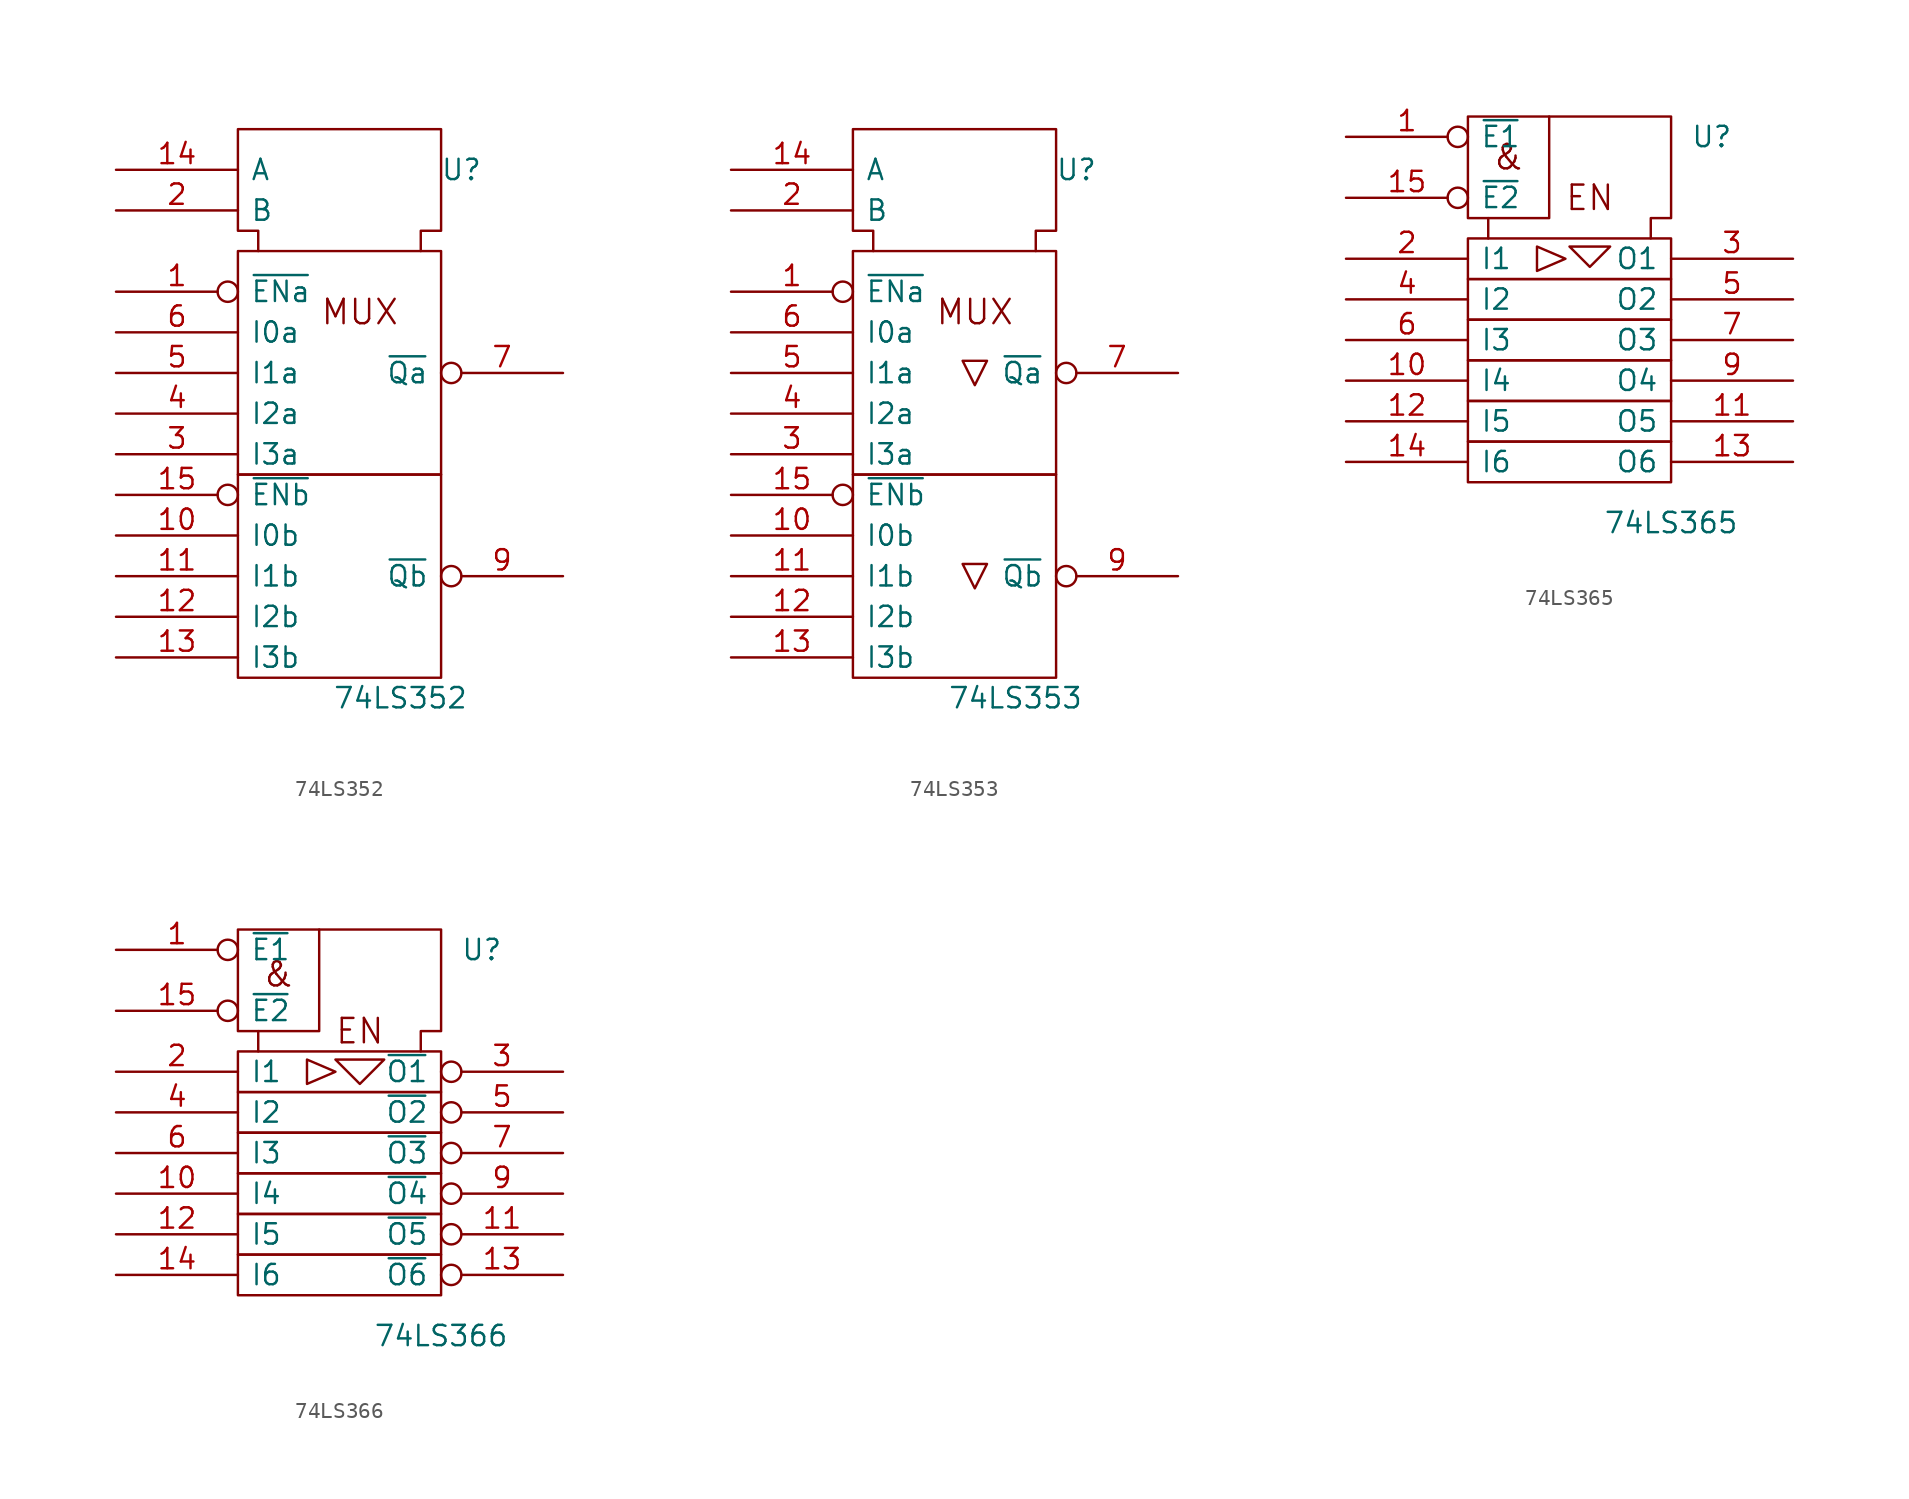
<source format=kicad_sym>
(kicad_symbol_lib
  (version 20211014)
  (generator kicad_symbol_editor)
  (symbol "74LS352"
    (pin_names
      (offset 0.762))
    (property "Reference" "U"
      (at 7.62 16.51 0)
      (effects (font (size 1.27 1.27))))
    (property "Value" "74LS352"
      (at 3.81 -16.51 0)
      (effects (font (size 1.27 1.27))))
    (symbol "74LS352_0_0"
      (rectangle (start -6.35 -2.54) (end 6.35 -15.24) (stroke (width 0) (type default) (color 0 0 0 0)) (fill (type none)))
      (rectangle (start -6.35 11.43) (end 6.35 -2.54) (stroke (width 0) (type default) (color 0 0 0 0)) (fill (type none)))
      (polyline (pts (xy -5.08 11.43) (xy -5.08 12.7) (xy -6.35 12.7) (xy -6.35 19.05) (xy 6.35 19.05) (xy 6.35 12.7) (xy 5.08 12.7) (xy 5.08 11.43) (xy 5.08 11.43)) (stroke (width 0) (type default) (color 0 0 0 0)) (fill (type none)))
      (text "MUX" (at 1.27 7.62 0) (effects (font (size 1.524 1.524))))
      (pin power_in line (at 3.81 19.05 270) (length 0) hide (name "VCC" (effects (font (size 1.27 1.27)))) (number "16" (effects (font (size 1.27 1.27)))))
      (pin power_in line (at 0 19.05 270) (length 0) hide (name "GND" (effects (font (size 1.27 1.27)))) (number "8" (effects (font (size 1.27 1.27))))))
    (symbol "74LS352_1_1"
      (pin input inverted (at -13.97 8.89 0) (length 7.62) (name "~{ENa}" (effects (font (size 1.27 1.27)))) (number "1" (effects (font (size 1.27 1.27)))))
      (pin input line (at -13.97 -6.35 0) (length 7.62) (name "I0b" (effects (font (size 1.27 1.27)))) (number "10" (effects (font (size 1.27 1.27)))))
      (pin input line (at -13.97 -8.89 0) (length 7.62) (name "I1b" (effects (font (size 1.27 1.27)))) (number "11" (effects (font (size 1.27 1.27)))))
      (pin input line (at -13.97 -11.43 0) (length 7.62) (name "I2b" (effects (font (size 1.27 1.27)))) (number "12" (effects (font (size 1.27 1.27)))))
      (pin input line (at -13.97 -13.97 0) (length 7.62) (name "I3b" (effects (font (size 1.27 1.27)))) (number "13" (effects (font (size 1.27 1.27)))))
      (pin input line (at -13.97 16.51 0) (length 7.62) (name "A" (effects (font (size 1.27 1.27)))) (number "14" (effects (font (size 1.27 1.27)))))
      (pin input inverted (at -13.97 -3.81 0) (length 7.62) (name "~{ENb}" (effects (font (size 1.27 1.27)))) (number "15" (effects (font (size 1.27 1.27)))))
      (pin input line (at -13.97 13.97 0) (length 7.62) (name "B" (effects (font (size 1.27 1.27)))) (number "2" (effects (font (size 1.27 1.27)))))
      (pin input line (at -13.97 -1.27 0) (length 7.62) (name "I3a" (effects (font (size 1.27 1.27)))) (number "3" (effects (font (size 1.27 1.27)))))
      (pin input line (at -13.97 1.27 0) (length 7.62) (name "I2a" (effects (font (size 1.27 1.27)))) (number "4" (effects (font (size 1.27 1.27)))))
      (pin input line (at -13.97 3.81 0) (length 7.62) (name "I1a" (effects (font (size 1.27 1.27)))) (number "5" (effects (font (size 1.27 1.27)))))
      (pin input line (at -13.97 6.35 0) (length 7.62) (name "I0a" (effects (font (size 1.27 1.27)))) (number "6" (effects (font (size 1.27 1.27)))))
      (pin output inverted (at 13.97 3.81 180) (length 7.62) (name "~{Qa}" (effects (font (size 1.27 1.27)))) (number "7" (effects (font (size 1.27 1.27)))))
      (pin output inverted (at 13.97 -8.89 180) (length 7.62) (name "~{Qb}" (effects (font (size 1.27 1.27)))) (number "9" (effects (font (size 1.27 1.27)))))))
  (symbol "74LS353"
    (pin_names
      (offset 0.762))
    (property "Reference" "U"
      (at 7.62 16.51 0)
      (effects (font (size 1.27 1.27))))
    (property "Value" "74LS353"
      (at 3.81 -16.51 0)
      (effects (font (size 1.27 1.27))))
    (symbol "74LS353_0_0"
      (rectangle (start -6.35 -2.54) (end 6.35 -15.24) (stroke (width 0) (type default) (color 0 0 0 0)) (fill (type none)))
      (rectangle (start -6.35 11.43) (end 6.35 -2.54) (stroke (width 0) (type default) (color 0 0 0 0)) (fill (type none)))
      (polyline (pts (xy 2.032 -8.128) (xy 0.508 -8.128) (xy 1.27 -9.652) (xy 2.032 -8.128) (xy 2.032 -8.128)) (stroke (width 0) (type default) (color 0 0 0 0)) (fill (type none)))
      (polyline (pts (xy 2.032 4.572) (xy 0.508 4.572) (xy 1.27 3.048) (xy 2.032 4.572) (xy 2.032 4.572)) (stroke (width 0) (type default) (color 0 0 0 0)) (fill (type none)))
      (polyline (pts (xy -5.08 11.43) (xy -5.08 12.7) (xy -6.35 12.7) (xy -6.35 19.05) (xy 6.35 19.05) (xy 6.35 12.7) (xy 5.08 12.7) (xy 5.08 11.43) (xy 5.08 11.43)) (stroke (width 0) (type default) (color 0 0 0 0)) (fill (type none)))
      (text "MUX" (at 1.27 7.62 0) (effects (font (size 1.524 1.524))))
      (pin power_in line (at 3.81 19.05 270) (length 0) hide (name "VCC" (effects (font (size 1.27 1.27)))) (number "16" (effects (font (size 1.27 1.27)))))
      (pin power_in line (at 0 19.05 270) (length 0) hide (name "GND" (effects (font (size 1.27 1.27)))) (number "8" (effects (font (size 1.27 1.27))))))
    (symbol "74LS353_1_1"
      (pin input inverted (at -13.97 8.89 0) (length 7.62) (name "~{ENa}" (effects (font (size 1.27 1.27)))) (number "1" (effects (font (size 1.27 1.27)))))
      (pin input line (at -13.97 -6.35 0) (length 7.62) (name "I0b" (effects (font (size 1.27 1.27)))) (number "10" (effects (font (size 1.27 1.27)))))
      (pin input line (at -13.97 -8.89 0) (length 7.62) (name "I1b" (effects (font (size 1.27 1.27)))) (number "11" (effects (font (size 1.27 1.27)))))
      (pin input line (at -13.97 -11.43 0) (length 7.62) (name "I2b" (effects (font (size 1.27 1.27)))) (number "12" (effects (font (size 1.27 1.27)))))
      (pin input line (at -13.97 -13.97 0) (length 7.62) (name "I3b" (effects (font (size 1.27 1.27)))) (number "13" (effects (font (size 1.27 1.27)))))
      (pin input line (at -13.97 16.51 0) (length 7.62) (name "A" (effects (font (size 1.27 1.27)))) (number "14" (effects (font (size 1.27 1.27)))))
      (pin input inverted (at -13.97 -3.81 0) (length 7.62) (name "~{ENb}" (effects (font (size 1.27 1.27)))) (number "15" (effects (font (size 1.27 1.27)))))
      (pin input line (at -13.97 13.97 0) (length 7.62) (name "B" (effects (font (size 1.27 1.27)))) (number "2" (effects (font (size 1.27 1.27)))))
      (pin input line (at -13.97 -1.27 0) (length 7.62) (name "I3a" (effects (font (size 1.27 1.27)))) (number "3" (effects (font (size 1.27 1.27)))))
      (pin input line (at -13.97 1.27 0) (length 7.62) (name "I2a" (effects (font (size 1.27 1.27)))) (number "4" (effects (font (size 1.27 1.27)))))
      (pin input line (at -13.97 3.81 0) (length 7.62) (name "I1a" (effects (font (size 1.27 1.27)))) (number "5" (effects (font (size 1.27 1.27)))))
      (pin input line (at -13.97 6.35 0) (length 7.62) (name "I0a" (effects (font (size 1.27 1.27)))) (number "6" (effects (font (size 1.27 1.27)))))
      (pin tri_state inverted (at 13.97 3.81 180) (length 7.62) (name "~{Qa}" (effects (font (size 1.27 1.27)))) (number "7" (effects (font (size 1.27 1.27)))))
      (pin tri_state inverted (at 13.97 -8.89 180) (length 7.62) (name "~{Qb}" (effects (font (size 1.27 1.27)))) (number "9" (effects (font (size 1.27 1.27)))))))
  (symbol "74LS365"
    (pin_names
      (offset 0.762))
    (property "Reference" "U"
      (at 8.89 12.7 0)
      (effects (font (size 1.27 1.27))))
    (property "Value" "74LS365"
      (at 6.35 -11.43 0)
      (effects (font (size 1.27 1.27))))
    (symbol "74LS365_0_0"
      (polyline (pts (xy -2.032 5.842) (xy -2.032 4.318) (xy -0.254 5.08) (xy -2.032 5.842) (xy -2.032 5.842)) (stroke (width 0) (type default) (color 0 0 0 0)) (fill (type none)))
      (text "&" (at -3.81 11.43 0) (effects (font (size 1.524 1.524))))
      (text "EN" (at 1.27 8.89 0) (effects (font (size 1.524 1.524))))
      (pin power_in line (at 1.27 13.97 270) (length 0) hide (name "GND" (effects (font (size 1.27 1.27)))) (number "8" (effects (font (size 1.27 1.27))))))
    (symbol "74LS365_0_1"
      (rectangle (start -6.35 -6.35) (end 6.35 -8.89) (stroke (width 0) (type default) (color 0 0 0 0)) (fill (type none)))
      (rectangle (start -6.35 -3.81) (end 6.35 -6.35) (stroke (width 0) (type default) (color 0 0 0 0)) (fill (type none)))
      (rectangle (start -6.35 -1.27) (end 6.35 -3.81) (stroke (width 0) (type default) (color 0 0 0 0)) (fill (type none)))
      (rectangle (start -6.35 1.27) (end 6.35 -1.27) (stroke (width 0) (type default) (color 0 0 0 0)) (fill (type none)))
      (rectangle (start -6.35 3.81) (end 6.35 1.27) (stroke (width 0) (type default) (color 0 0 0 0)) (fill (type none)))
      (rectangle (start -6.35 6.35) (end 6.35 3.81) (stroke (width 0) (type default) (color 0 0 0 0)) (fill (type none)))
      (polyline (pts (xy -1.27 13.97) (xy -1.27 7.62) (xy -5.08 7.62) (xy -5.08 7.62)) (stroke (width 0) (type default) (color 0 0 0 0)) (fill (type none)))
      (polyline (pts (xy 0 5.842) (xy 2.54 5.842) (xy 1.27 4.572) (xy 0 5.842) (xy 0 5.842)) (stroke (width 0) (type default) (color 0 0 0 0)) (fill (type none)))
      (polyline (pts (xy -5.08 6.35) (xy -5.08 7.62) (xy -6.35 7.62) (xy -6.35 13.97) (xy 6.35 13.97) (xy 6.35 7.62) (xy 5.08 7.62) (xy 5.08 6.35) (xy 5.08 6.35)) (stroke (width 0) (type default) (color 0 0 0 0)) (fill (type none)))
      (pin power_in line (at 5.08 13.97 270) (length 0) hide (name "VCC" (effects (font (size 1.27 1.27)))) (number "16" (effects (font (size 1.27 1.27))))))
    (symbol "74LS365_1_1"
      (pin input inverted (at -13.97 12.7 0) (length 7.62) (name "~{E1}" (effects (font (size 1.27 1.27)))) (number "1" (effects (font (size 1.27 1.27)))))
      (pin input line (at -13.97 -2.54 0) (length 7.62) (name "I4" (effects (font (size 1.27 1.27)))) (number "10" (effects (font (size 1.27 1.27)))))
      (pin tri_state line (at 13.97 -5.08 180) (length 7.62) (name "O5" (effects (font (size 1.27 1.27)))) (number "11" (effects (font (size 1.27 1.27)))))
      (pin input line (at -13.97 -5.08 0) (length 7.62) (name "I5" (effects (font (size 1.27 1.27)))) (number "12" (effects (font (size 1.27 1.27)))))
      (pin tri_state line (at 13.97 -7.62 180) (length 7.62) (name "O6" (effects (font (size 1.27 1.27)))) (number "13" (effects (font (size 1.27 1.27)))))
      (pin input line (at -13.97 -7.62 0) (length 7.62) (name "I6" (effects (font (size 1.27 1.27)))) (number "14" (effects (font (size 1.27 1.27)))))
      (pin input inverted (at -13.97 8.89 0) (length 7.62) (name "~{E2}" (effects (font (size 1.27 1.27)))) (number "15" (effects (font (size 1.27 1.27)))))
      (pin input line (at -13.97 5.08 0) (length 7.62) (name "I1" (effects (font (size 1.27 1.27)))) (number "2" (effects (font (size 1.27 1.27)))))
      (pin tri_state line (at 13.97 5.08 180) (length 7.62) (name "O1" (effects (font (size 1.27 1.27)))) (number "3" (effects (font (size 1.27 1.27)))))
      (pin input line (at -13.97 2.54 0) (length 7.62) (name "I2" (effects (font (size 1.27 1.27)))) (number "4" (effects (font (size 1.27 1.27)))))
      (pin tri_state line (at 13.97 2.54 180) (length 7.62) (name "O2" (effects (font (size 1.27 1.27)))) (number "5" (effects (font (size 1.27 1.27)))))
      (pin input line (at -13.97 0 0) (length 7.62) (name "I3" (effects (font (size 1.27 1.27)))) (number "6" (effects (font (size 1.27 1.27)))))
      (pin tri_state line (at 13.97 0 180) (length 7.62) (name "O3" (effects (font (size 1.27 1.27)))) (number "7" (effects (font (size 1.27 1.27)))))
      (pin tri_state line (at 13.97 -2.54 180) (length 7.62) (name "O4" (effects (font (size 1.27 1.27)))) (number "9" (effects (font (size 1.27 1.27)))))))
  (symbol "74LS366"
    (pin_names
      (offset 0.762))
    (property "Reference" "U"
      (at 8.89 12.7 0)
      (effects (font (size 1.27 1.27))))
    (property "Value" "74LS366"
      (at 6.35 -11.43 0)
      (effects (font (size 1.27 1.27))))
    (symbol "74LS366_0_0"
      (polyline (pts (xy -2.032 5.842) (xy -2.032 4.318) (xy -0.254 5.08) (xy -2.032 5.842) (xy -2.032 5.842)) (stroke (width 0) (type default) (color 0 0 0 0)) (fill (type none)))
      (polyline (pts (xy -0.254 5.842) (xy 1.27 4.318) (xy 2.794 5.842) (xy -0.254 5.842) (xy -0.254 5.842)) (stroke (width 0) (type default) (color 0 0 0 0)) (fill (type none)))
      (text "&" (at -3.81 11.176 0) (effects (font (size 1.524 1.524))))
      (text "EN" (at 1.27 7.62 0) (effects (font (size 1.524 1.524))))
      (pin power_in line (at 1.27 13.97 270) (length 0) hide (name "GND" (effects (font (size 1.27 1.27)))) (number "8" (effects (font (size 1.27 1.27))))))
    (symbol "74LS366_0_1"
      (rectangle (start -6.35 -6.35) (end 6.35 -8.89) (stroke (width 0) (type default) (color 0 0 0 0)) (fill (type none)))
      (rectangle (start -6.35 -3.81) (end 6.35 -6.35) (stroke (width 0) (type default) (color 0 0 0 0)) (fill (type none)))
      (rectangle (start -6.35 -1.27) (end 6.35 -3.81) (stroke (width 0) (type default) (color 0 0 0 0)) (fill (type none)))
      (rectangle (start -6.35 1.27) (end 6.35 -1.27) (stroke (width 0) (type default) (color 0 0 0 0)) (fill (type none)))
      (rectangle (start -6.35 3.81) (end 6.35 1.27) (stroke (width 0) (type default) (color 0 0 0 0)) (fill (type none)))
      (rectangle (start -6.35 6.35) (end 6.35 3.81) (stroke (width 0) (type default) (color 0 0 0 0)) (fill (type none)))
      (polyline (pts (xy -1.27 13.97) (xy -1.27 7.62) (xy -5.08 7.62) (xy -5.08 7.62)) (stroke (width 0) (type default) (color 0 0 0 0)) (fill (type none)))
      (polyline (pts (xy -5.08 6.35) (xy -5.08 7.62) (xy -6.35 7.62) (xy -6.35 13.97) (xy 6.35 13.97) (xy 6.35 7.62) (xy 5.08 7.62) (xy 5.08 6.35) (xy 5.08 6.35)) (stroke (width 0) (type default) (color 0 0 0 0)) (fill (type none)))
      (pin power_in line (at 5.08 13.97 270) (length 0) hide (name "VCC" (effects (font (size 1.27 1.27)))) (number "16" (effects (font (size 1.27 1.27))))))
    (symbol "74LS366_1_1"
      (pin input inverted (at -13.97 12.7 0) (length 7.62) (name "~{E1}" (effects (font (size 1.27 1.27)))) (number "1" (effects (font (size 1.27 1.27)))))
      (pin input line (at -13.97 -2.54 0) (length 7.62) (name "I4" (effects (font (size 1.27 1.27)))) (number "10" (effects (font (size 1.27 1.27)))))
      (pin tri_state inverted (at 13.97 -5.08 180) (length 7.62) (name "~{O5}" (effects (font (size 1.27 1.27)))) (number "11" (effects (font (size 1.27 1.27)))))
      (pin input line (at -13.97 -5.08 0) (length 7.62) (name "I5" (effects (font (size 1.27 1.27)))) (number "12" (effects (font (size 1.27 1.27)))))
      (pin tri_state inverted (at 13.97 -7.62 180) (length 7.62) (name "~{O6}" (effects (font (size 1.27 1.27)))) (number "13" (effects (font (size 1.27 1.27)))))
      (pin input line (at -13.97 -7.62 0) (length 7.62) (name "I6" (effects (font (size 1.27 1.27)))) (number "14" (effects (font (size 1.27 1.27)))))
      (pin input inverted (at -13.97 8.89 0) (length 7.62) (name "~{E2}" (effects (font (size 1.27 1.27)))) (number "15" (effects (font (size 1.27 1.27)))))
      (pin input line (at -13.97 5.08 0) (length 7.62) (name "I1" (effects (font (size 1.27 1.27)))) (number "2" (effects (font (size 1.27 1.27)))))
      (pin tri_state inverted (at 13.97 5.08 180) (length 7.62) (name "~{O1}" (effects (font (size 1.27 1.27)))) (number "3" (effects (font (size 1.27 1.27)))))
      (pin input line (at -13.97 2.54 0) (length 7.62) (name "I2" (effects (font (size 1.27 1.27)))) (number "4" (effects (font (size 1.27 1.27)))))
      (pin tri_state inverted (at 13.97 2.54 180) (length 7.62) (name "~{O2}" (effects (font (size 1.27 1.27)))) (number "5" (effects (font (size 1.27 1.27)))))
      (pin input line (at -13.97 0 0) (length 7.62) (name "I3" (effects (font (size 1.27 1.27)))) (number "6" (effects (font (size 1.27 1.27)))))
      (pin tri_state inverted (at 13.97 0 180) (length 7.62) (name "~{O3}" (effects (font (size 1.27 1.27)))) (number "7" (effects (font (size 1.27 1.27)))))
      (pin tri_state inverted (at 13.97 -2.54 180) (length 7.62) (name "~{O4}" (effects (font (size 1.27 1.27)))) (number "9" (effects (font (size 1.27 1.27))))))))
</source>
